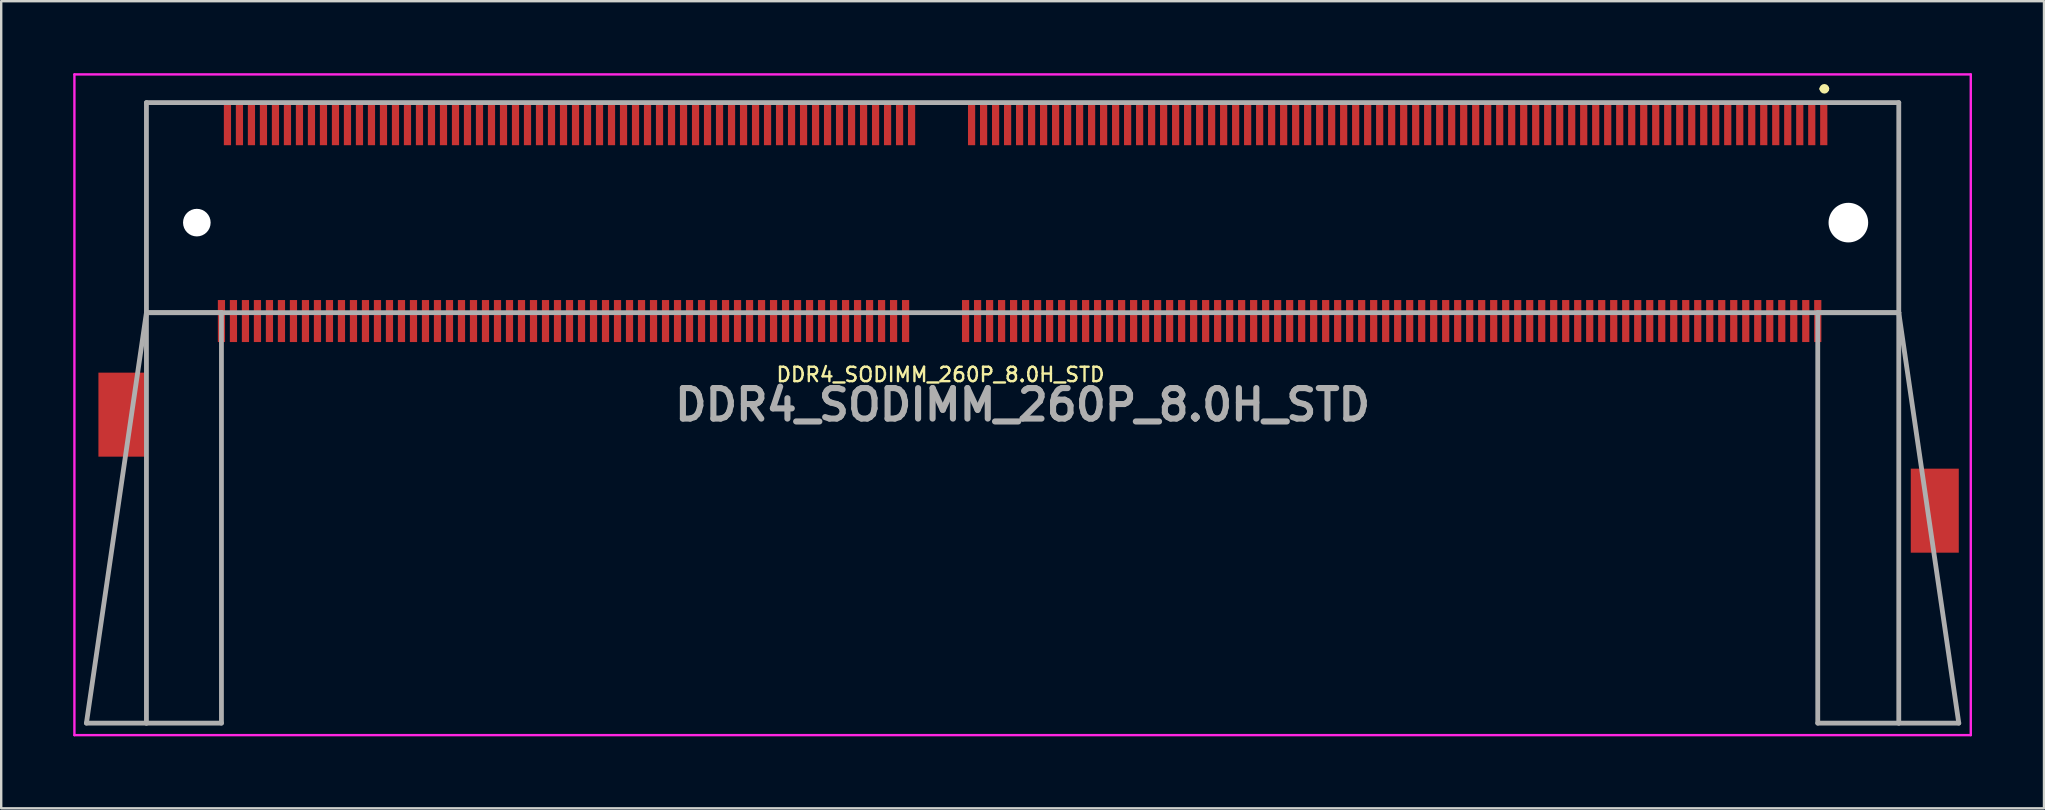
<source format=kicad_pcb>
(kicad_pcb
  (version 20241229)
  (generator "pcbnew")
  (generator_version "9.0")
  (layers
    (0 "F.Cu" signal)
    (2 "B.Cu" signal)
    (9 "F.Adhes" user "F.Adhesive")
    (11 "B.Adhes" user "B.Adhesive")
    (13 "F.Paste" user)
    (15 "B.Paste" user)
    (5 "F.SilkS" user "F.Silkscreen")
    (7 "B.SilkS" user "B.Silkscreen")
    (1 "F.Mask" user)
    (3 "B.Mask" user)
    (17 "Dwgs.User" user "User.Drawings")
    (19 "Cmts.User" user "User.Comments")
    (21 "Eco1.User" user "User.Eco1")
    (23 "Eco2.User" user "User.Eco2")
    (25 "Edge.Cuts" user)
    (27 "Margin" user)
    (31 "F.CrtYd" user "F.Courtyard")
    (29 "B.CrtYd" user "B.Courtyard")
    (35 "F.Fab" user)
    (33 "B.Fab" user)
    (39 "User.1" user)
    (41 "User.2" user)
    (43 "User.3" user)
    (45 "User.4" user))
  (footprint "DDR4_SODIMM_260P_8.0H_STD"
    (layer "F.Cu")
    (at 39.55 13.812)
    (property "Reference" "DDR4_SODIMM_260P_8.0H_STD" (at -3.42 -1.258 0) (layer "F.SilkS") (effects (font (size 0.6 0.6) (thickness 0.1))))
    (attr through_hole)
    (fp_line (start -36.5 -12.588) (end -36.5 -3.838) (stroke (width 0.1) (type solid)) (layer "F.SilkS"))
    (fp_line (start -36.5 -3.838) (end -34.5 -3.838) (stroke (width 0.1) (type solid)) (layer "F.SilkS"))
    (fp_line (start -34 -12.588) (end -36.5 -12.588) (stroke (width 0.1) (type solid)) (layer "F.SilkS"))
    (fp_line (start -4 -12.588) (end -3 -12.588) (stroke (width 0.1) (type solid)) (layer "F.SilkS"))
    (fp_line (start -4 -3.838) (end -3 -3.838) (stroke (width 0.1) (type solid)) (layer "F.SilkS"))
    (fp_line (start 33.3 -13.163) (end 33.3 -13.163) (stroke (width 0.2) (type solid)) (layer "F.SilkS"))
    (fp_line (start 33.5 -13.163) (end 33.5 -13.163) (stroke (width 0.2) (type solid)) (layer "F.SilkS"))
    (fp_line (start 34.5 -12.588) (end 36.5 -12.588) (stroke (width 0.1) (type solid)) (layer "F.SilkS"))
    (fp_line (start 36.5 -12.588) (end 36.5 -3.838) (stroke (width 0.1) (type solid)) (layer "F.SilkS"))
    (fp_line (start 36.5 -3.838) (end 34 -3.838) (stroke (width 0.1) (type solid)) (layer "F.SilkS"))
    (fp_arc (start 33.3 -13.162) (mid 33.3995 -13.2625) (end 33.5 -13.163) (stroke (width 0.2) (type solid)) (layer "F.SilkS"))
    (fp_arc (start 33.5 -13.162) (mid 33.3995 -13.0625) (end 33.3 -13.163) (stroke (width 0.2) (type solid)) (layer "F.SilkS"))
    (fp_line (start -39.5 -13.762) (end 39.5 -13.762) (stroke (width 0.1) (type solid)) (layer "F.CrtYd"))
    (fp_line (start -39.5 13.762) (end -39.5 -13.762) (stroke (width 0.1) (type solid)) (layer "F.CrtYd"))
    (fp_line (start 39.5 -13.762) (end 39.5 13.762) (stroke (width 0.1) (type solid)) (layer "F.CrtYd"))
    (fp_line (start 39.5 13.762) (end -39.5 13.762) (stroke (width 0.1) (type solid)) (layer "F.CrtYd"))
    (fp_line (start -39 13.262) (end -36.5 13.262) (stroke (width 0.2) (type solid)) (layer "F.Fab"))
    (fp_line (start -36.5 -12.588) (end 36.5 -12.588) (stroke (width 0.2) (type solid)) (layer "F.Fab"))
    (fp_line (start -36.5 -3.838) (end -39 13.262) (stroke (width 0.2) (type solid)) (layer "F.Fab"))
    (fp_line (start -36.5 -3.838) (end -36.5 -12.588) (stroke (width 0.2) (type solid)) (layer "F.Fab"))
    (fp_line (start -36.5 -3.838) (end -33.375 -3.838) (stroke (width 0.2) (type solid)) (layer "F.Fab"))
    (fp_line (start -36.5 13.262) (end -36.5 -3.838) (stroke (width 0.2) (type solid)) (layer "F.Fab"))
    (fp_line (start -33.375 -3.838) (end -33.375 13.262) (stroke (width 0.2) (type solid)) (layer "F.Fab"))
    (fp_line (start -33.375 13.262) (end -36.5 13.262) (stroke (width 0.2) (type solid)) (layer "F.Fab"))
    (fp_line (start 33.125 -3.838) (end 33.125 13.262) (stroke (width 0.2) (type solid)) (layer "F.Fab"))
    (fp_line (start 33.125 13.262) (end 36.5 13.262) (stroke (width 0.2) (type solid)) (layer "F.Fab"))
    (fp_line (start 36.5 -12.588) (end 36.5 -3.838) (stroke (width 0.2) (type solid)) (layer "F.Fab"))
    (fp_line (start 36.5 -3.838) (end -36.5 -3.838) (stroke (width 0.2) (type solid)) (layer "F.Fab"))
    (fp_line (start 36.5 -3.838) (end 33.125 -3.838) (stroke (width 0.2) (type solid)) (layer "F.Fab"))
    (fp_line (start 36.5 -3.838) (end 39 13.262) (stroke (width 0.2) (type solid)) (layer "F.Fab"))
    (fp_line (start 36.5 13.262) (end 36.5 -3.838) (stroke (width 0.2) (type solid)) (layer "F.Fab"))
    (fp_line (start 36.5 13.262) (end 39 13.262) (stroke (width 0.2) (type solid)) (layer "F.Fab"))
    (fp_text user "${REFERENCE}" (at 0 0 0) (layer "F.Fab") (effects (font (size 1.27 1.27) (thickness 0.254))))
    (pad "" np_thru_hole circle (at -34.4 -7.588) (size 1.15 1.15) (drill 1.15) (layers "*.Cu" "*.Mask"))
    (pad "" np_thru_hole circle (at 34.4 -7.588) (size 1.65 1.65) (drill 1.65) (layers "*.Cu" "*.Mask"))
    (pad "1" smd rect (at 33.375 -11.688) (size 0.3 1.75) (layers "F.Cu" "F.Mask" "F.Paste"))
    (pad "2" smd rect (at 33.125 -3.488) (size 0.3 1.75) (layers "F.Cu" "F.Mask" "F.Paste"))
    (pad "3" smd rect (at 32.875 -11.688) (size 0.3 1.75) (layers "F.Cu" "F.Mask" "F.Paste"))
    (pad "4" smd rect (at 32.625 -3.488) (size 0.3 1.75) (layers "F.Cu" "F.Mask" "F.Paste"))
    (pad "5" smd rect (at 32.375 -11.688) (size 0.3 1.75) (layers "F.Cu" "F.Mask" "F.Paste"))
    (pad "6" smd rect (at 32.125 -3.488) (size 0.3 1.75) (layers "F.Cu" "F.Mask" "F.Paste"))
    (pad "7" smd rect (at 31.875 -11.688) (size 0.3 1.75) (layers "F.Cu" "F.Mask" "F.Paste"))
    (pad "8" smd rect (at 31.625 -3.488) (size 0.3 1.75) (layers "F.Cu" "F.Mask" "F.Paste"))
    (pad "9" smd rect (at 31.375 -11.688) (size 0.3 1.75) (layers "F.Cu" "F.Mask" "F.Paste"))
    (pad "10" smd rect (at 31.125 -3.488) (size 0.3 1.75) (layers "F.Cu" "F.Mask" "F.Paste"))
    (pad "11" smd rect (at 30.875 -11.688) (size 0.3 1.75) (layers "F.Cu" "F.Mask" "F.Paste"))
    (pad "12" smd rect (at 30.625 -3.488) (size 0.3 1.75) (layers "F.Cu" "F.Mask" "F.Paste"))
    (pad "13" smd rect (at 30.375 -11.688) (size 0.3 1.75) (layers "F.Cu" "F.Mask" "F.Paste"))
    (pad "14" smd rect (at 30.125 -3.488) (size 0.3 1.75) (layers "F.Cu" "F.Mask" "F.Paste"))
    (pad "15" smd rect (at 29.875 -11.688) (size 0.3 1.75) (layers "F.Cu" "F.Mask" "F.Paste"))
    (pad "16" smd rect (at 29.625 -3.488) (size 0.3 1.75) (layers "F.Cu" "F.Mask" "F.Paste"))
    (pad "17" smd rect (at 29.375 -11.688) (size 0.3 1.75) (layers "F.Cu" "F.Mask" "F.Paste"))
    (pad "18" smd rect (at 29.125 -3.488) (size 0.3 1.75) (layers "F.Cu" "F.Mask" "F.Paste"))
    (pad "19" smd rect (at 28.875 -11.688) (size 0.3 1.75) (layers "F.Cu" "F.Mask" "F.Paste"))
    (pad "20" smd rect (at 28.625 -3.488) (size 0.3 1.75) (layers "F.Cu" "F.Mask" "F.Paste"))
    (pad "21" smd rect (at 28.375 -11.688) (size 0.3 1.75) (layers "F.Cu" "F.Mask" "F.Paste"))
    (pad "22" smd rect (at 28.125 -3.488) (size 0.3 1.75) (layers "F.Cu" "F.Mask" "F.Paste"))
    (pad "23" smd rect (at 27.875 -11.688) (size 0.3 1.75) (layers "F.Cu" "F.Mask" "F.Paste"))
    (pad "24" smd rect (at 27.625 -3.488) (size 0.3 1.75) (layers "F.Cu" "F.Mask" "F.Paste"))
    (pad "25" smd rect (at 27.375 -11.688) (size 0.3 1.75) (layers "F.Cu" "F.Mask" "F.Paste"))
    (pad "26" smd rect (at 27.125 -3.488) (size 0.3 1.75) (layers "F.Cu" "F.Mask" "F.Paste"))
    (pad "27" smd rect (at 26.875 -11.688) (size 0.3 1.75) (layers "F.Cu" "F.Mask" "F.Paste"))
    (pad "28" smd rect (at 26.625 -3.488) (size 0.3 1.75) (layers "F.Cu" "F.Mask" "F.Paste"))
    (pad "29" smd rect (at 26.375 -11.688) (size 0.3 1.75) (layers "F.Cu" "F.Mask" "F.Paste"))
    (pad "30" smd rect (at 26.125 -3.488) (size 0.3 1.75) (layers "F.Cu" "F.Mask" "F.Paste"))
    (pad "31" smd rect (at 25.875 -11.688) (size 0.3 1.75) (layers "F.Cu" "F.Mask" "F.Paste"))
    (pad "32" smd rect (at 25.625 -3.488) (size 0.3 1.75) (layers "F.Cu" "F.Mask" "F.Paste"))
    (pad "33" smd rect (at 25.375 -11.688) (size 0.3 1.75) (layers "F.Cu" "F.Mask" "F.Paste"))
    (pad "34" smd rect (at 25.125 -3.488) (size 0.3 1.75) (layers "F.Cu" "F.Mask" "F.Paste"))
    (pad "35" smd rect (at 24.875 -11.688) (size 0.3 1.75) (layers "F.Cu" "F.Mask" "F.Paste"))
    (pad "36" smd rect (at 24.625 -3.488) (size 0.3 1.75) (layers "F.Cu" "F.Mask" "F.Paste"))
    (pad "37" smd rect (at 24.375 -11.688) (size 0.3 1.75) (layers "F.Cu" "F.Mask" "F.Paste"))
    (pad "38" smd rect (at 24.125 -3.488) (size 0.3 1.75) (layers "F.Cu" "F.Mask" "F.Paste"))
    (pad "39" smd rect (at 23.875 -11.688) (size 0.3 1.75) (layers "F.Cu" "F.Mask" "F.Paste"))
    (pad "40" smd rect (at 23.625 -3.488) (size 0.3 1.75) (layers "F.Cu" "F.Mask" "F.Paste"))
    (pad "41" smd rect (at 23.375 -11.688) (size 0.3 1.75) (layers "F.Cu" "F.Mask" "F.Paste"))
    (pad "42" smd rect (at 23.125 -3.488) (size 0.3 1.75) (layers "F.Cu" "F.Mask" "F.Paste"))
    (pad "43" smd rect (at 22.875 -11.688) (size 0.3 1.75) (layers "F.Cu" "F.Mask" "F.Paste"))
    (pad "44" smd rect (at 22.625 -3.488) (size 0.3 1.75) (layers "F.Cu" "F.Mask" "F.Paste"))
    (pad "45" smd rect (at 22.375 -11.688) (size 0.3 1.75) (layers "F.Cu" "F.Mask" "F.Paste"))
    (pad "46" smd rect (at 22.125 -3.488) (size 0.3 1.75) (layers "F.Cu" "F.Mask" "F.Paste"))
    (pad "47" smd rect (at 21.875 -11.688) (size 0.3 1.75) (layers "F.Cu" "F.Mask" "F.Paste"))
    (pad "48" smd rect (at 21.625 -3.488) (size 0.3 1.75) (layers "F.Cu" "F.Mask" "F.Paste"))
    (pad "49" smd rect (at 21.375 -11.688) (size 0.3 1.75) (layers "F.Cu" "F.Mask" "F.Paste"))
    (pad "50" smd rect (at 21.125 -3.488) (size 0.3 1.75) (layers "F.Cu" "F.Mask" "F.Paste"))
    (pad "51" smd rect (at 20.875 -11.688) (size 0.3 1.75) (layers "F.Cu" "F.Mask" "F.Paste"))
    (pad "52" smd rect (at 20.625 -3.488) (size 0.3 1.75) (layers "F.Cu" "F.Mask" "F.Paste"))
    (pad "53" smd rect (at 20.375 -11.688) (size 0.3 1.75) (layers "F.Cu" "F.Mask" "F.Paste"))
    (pad "54" smd rect (at 20.125 -3.488) (size 0.3 1.75) (layers "F.Cu" "F.Mask" "F.Paste"))
    (pad "55" smd rect (at 19.875 -11.688) (size 0.3 1.75) (layers "F.Cu" "F.Mask" "F.Paste"))
    (pad "56" smd rect (at 19.625 -3.488) (size 0.3 1.75) (layers "F.Cu" "F.Mask" "F.Paste"))
    (pad "57" smd rect (at 19.375 -11.688) (size 0.3 1.75) (layers "F.Cu" "F.Mask" "F.Paste"))
    (pad "58" smd rect (at 19.125 -3.488) (size 0.3 1.75) (layers "F.Cu" "F.Mask" "F.Paste"))
    (pad "59" smd rect (at 18.875 -11.688) (size 0.3 1.75) (layers "F.Cu" "F.Mask" "F.Paste"))
    (pad "60" smd rect (at 18.625 -3.488) (size 0.3 1.75) (layers "F.Cu" "F.Mask" "F.Paste"))
    (pad "61" smd rect (at 18.375 -11.688) (size 0.3 1.75) (layers "F.Cu" "F.Mask" "F.Paste"))
    (pad "62" smd rect (at 18.125 -3.488) (size 0.3 1.75) (layers "F.Cu" "F.Mask" "F.Paste"))
    (pad "63" smd rect (at 17.875 -11.688) (size 0.3 1.75) (layers "F.Cu" "F.Mask" "F.Paste"))
    (pad "64" smd rect (at 17.625 -3.488) (size 0.3 1.75) (layers "F.Cu" "F.Mask" "F.Paste"))
    (pad "65" smd rect (at 17.375 -11.688) (size 0.3 1.75) (layers "F.Cu" "F.Mask" "F.Paste"))
    (pad "66" smd rect (at 17.125 -3.488) (size 0.3 1.75) (layers "F.Cu" "F.Mask" "F.Paste"))
    (pad "67" smd rect (at 16.875 -11.688) (size 0.3 1.75) (layers "F.Cu" "F.Mask" "F.Paste"))
    (pad "68" smd rect (at 16.625 -3.488) (size 0.3 1.75) (layers "F.Cu" "F.Mask" "F.Paste"))
    (pad "69" smd rect (at 16.375 -11.688) (size 0.3 1.75) (layers "F.Cu" "F.Mask" "F.Paste"))
    (pad "70" smd rect (at 16.125 -3.488) (size 0.3 1.75) (layers "F.Cu" "F.Mask" "F.Paste"))
    (pad "71" smd rect (at 15.875 -11.688) (size 0.3 1.75) (layers "F.Cu" "F.Mask" "F.Paste"))
    (pad "72" smd rect (at 15.625 -3.488) (size 0.3 1.75) (layers "F.Cu" "F.Mask" "F.Paste"))
    (pad "73" smd rect (at 15.375 -11.688) (size 0.3 1.75) (layers "F.Cu" "F.Mask" "F.Paste"))
    (pad "74" smd rect (at 15.125 -3.488) (size 0.3 1.75) (layers "F.Cu" "F.Mask" "F.Paste"))
    (pad "75" smd rect (at 14.875 -11.688) (size 0.3 1.75) (layers "F.Cu" "F.Mask" "F.Paste"))
    (pad "76" smd rect (at 14.625 -3.488) (size 0.3 1.75) (layers "F.Cu" "F.Mask" "F.Paste"))
    (pad "77" smd rect (at 14.375 -11.688) (size 0.3 1.75) (layers "F.Cu" "F.Mask" "F.Paste"))
    (pad "78" smd rect (at 14.125 -3.488) (size 0.3 1.75) (layers "F.Cu" "F.Mask" "F.Paste"))
    (pad "79" smd rect (at 13.875 -11.688) (size 0.3 1.75) (layers "F.Cu" "F.Mask" "F.Paste"))
    (pad "80" smd rect (at 13.625 -3.488) (size 0.3 1.75) (layers "F.Cu" "F.Mask" "F.Paste"))
    (pad "81" smd rect (at 13.375 -11.688) (size 0.3 1.75) (layers "F.Cu" "F.Mask" "F.Paste"))
    (pad "82" smd rect (at 13.125 -3.488) (size 0.3 1.75) (layers "F.Cu" "F.Mask" "F.Paste"))
    (pad "83" smd rect (at 12.875 -11.688) (size 0.3 1.75) (layers "F.Cu" "F.Mask" "F.Paste"))
    (pad "84" smd rect (at 12.625 -3.488) (size 0.3 1.75) (layers "F.Cu" "F.Mask" "F.Paste"))
    (pad "85" smd rect (at 12.375 -11.688) (size 0.3 1.75) (layers "F.Cu" "F.Mask" "F.Paste"))
    (pad "86" smd rect (at 12.125 -3.488) (size 0.3 1.75) (layers "F.Cu" "F.Mask" "F.Paste"))
    (pad "87" smd rect (at 11.875 -11.688) (size 0.3 1.75) (layers "F.Cu" "F.Mask" "F.Paste"))
    (pad "88" smd rect (at 11.625 -3.488) (size 0.3 1.75) (layers "F.Cu" "F.Mask" "F.Paste"))
    (pad "89" smd rect (at 11.375 -11.688) (size 0.3 1.75) (layers "F.Cu" "F.Mask" "F.Paste"))
    (pad "90" smd rect (at 11.125 -3.488) (size 0.3 1.75) (layers "F.Cu" "F.Mask" "F.Paste"))
    (pad "91" smd rect (at 10.875 -11.688) (size 0.3 1.75) (layers "F.Cu" "F.Mask" "F.Paste"))
    (pad "92" smd rect (at 10.625 -3.488) (size 0.3 1.75) (layers "F.Cu" "F.Mask" "F.Paste"))
    (pad "93" smd rect (at 10.375 -11.688) (size 0.3 1.75) (layers "F.Cu" "F.Mask" "F.Paste"))
    (pad "94" smd rect (at 10.125 -3.488) (size 0.3 1.75) (layers "F.Cu" "F.Mask" "F.Paste"))
    (pad "95" smd rect (at 9.875 -11.688) (size 0.3 1.75) (layers "F.Cu" "F.Mask" "F.Paste"))
    (pad "96" smd rect (at 9.625 -3.488) (size 0.3 1.75) (layers "F.Cu" "F.Mask" "F.Paste"))
    (pad "97" smd rect (at 9.375 -11.688) (size 0.3 1.75) (layers "F.Cu" "F.Mask" "F.Paste"))
    (pad "98" smd rect (at 9.125 -3.488) (size 0.3 1.75) (layers "F.Cu" "F.Mask" "F.Paste"))
    (pad "99" smd rect (at 8.875 -11.688) (size 0.3 1.75) (layers "F.Cu" "F.Mask" "F.Paste"))
    (pad "100" smd rect (at 8.625 -3.488) (size 0.3 1.75) (layers "F.Cu" "F.Mask" "F.Paste"))
    (pad "101" smd rect (at 8.375 -11.688) (size 0.3 1.75) (layers "F.Cu" "F.Mask" "F.Paste"))
    (pad "102" smd rect (at 8.125 -3.488) (size 0.3 1.75) (layers "F.Cu" "F.Mask" "F.Paste"))
    (pad "103" smd rect (at 7.875 -11.688) (size 0.3 1.75) (layers "F.Cu" "F.Mask" "F.Paste"))
    (pad "104" smd rect (at 7.625 -3.488) (size 0.3 1.75) (layers "F.Cu" "F.Mask" "F.Paste"))
    (pad "105" smd rect (at 7.375 -11.688) (size 0.3 1.75) (layers "F.Cu" "F.Mask" "F.Paste"))
    (pad "106" smd rect (at 7.125 -3.488) (size 0.3 1.75) (layers "F.Cu" "F.Mask" "F.Paste"))
    (pad "107" smd rect (at 6.875 -11.688) (size 0.3 1.75) (layers "F.Cu" "F.Mask" "F.Paste"))
    (pad "108" smd rect (at 6.625 -3.488) (size 0.3 1.75) (layers "F.Cu" "F.Mask" "F.Paste"))
    (pad "109" smd rect (at 6.375 -11.688) (size 0.3 1.75) (layers "F.Cu" "F.Mask" "F.Paste"))
    (pad "110" smd rect (at 6.125 -3.488) (size 0.3 1.75) (layers "F.Cu" "F.Mask" "F.Paste"))
    (pad "111" smd rect (at 5.875 -11.688) (size 0.3 1.75) (layers "F.Cu" "F.Mask" "F.Paste"))
    (pad "112" smd rect (at 5.625 -3.488) (size 0.3 1.75) (layers "F.Cu" "F.Mask" "F.Paste"))
    (pad "113" smd rect (at 5.375 -11.688) (size 0.3 1.75) (layers "F.Cu" "F.Mask" "F.Paste"))
    (pad "114" smd rect (at 5.125 -3.488) (size 0.3 1.75) (layers "F.Cu" "F.Mask" "F.Paste"))
    (pad "115" smd rect (at 4.875 -11.688) (size 0.3 1.75) (layers "F.Cu" "F.Mask" "F.Paste"))
    (pad "116" smd rect (at 4.625 -3.488) (size 0.3 1.75) (layers "F.Cu" "F.Mask" "F.Paste"))
    (pad "117" smd rect (at 4.375 -11.688) (size 0.3 1.75) (layers "F.Cu" "F.Mask" "F.Paste"))
    (pad "118" smd rect (at 4.125 -3.488) (size 0.3 1.75) (layers "F.Cu" "F.Mask" "F.Paste"))
    (pad "119" smd rect (at 3.875 -11.688) (size 0.3 1.75) (layers "F.Cu" "F.Mask" "F.Paste"))
    (pad "120" smd rect (at 3.625 -3.488) (size 0.3 1.75) (layers "F.Cu" "F.Mask" "F.Paste"))
    (pad "121" smd rect (at 3.375 -11.688) (size 0.3 1.75) (layers "F.Cu" "F.Mask" "F.Paste"))
    (pad "122" smd rect (at 3.125 -3.488) (size 0.3 1.75) (layers "F.Cu" "F.Mask" "F.Paste"))
    (pad "123" smd rect (at 2.875 -11.688) (size 0.3 1.75) (layers "F.Cu" "F.Mask" "F.Paste"))
    (pad "124" smd rect (at 2.625 -3.488) (size 0.3 1.75) (layers "F.Cu" "F.Mask" "F.Paste"))
    (pad "125" smd rect (at 2.375 -11.688) (size 0.3 1.75) (layers "F.Cu" "F.Mask" "F.Paste"))
    (pad "126" smd rect (at 2.125 -3.488) (size 0.3 1.75) (layers "F.Cu" "F.Mask" "F.Paste"))
    (pad "127" smd rect (at 1.875 -11.688) (size 0.3 1.75) (layers "F.Cu" "F.Mask" "F.Paste"))
    (pad "128" smd rect (at 1.625 -3.488) (size 0.3 1.75) (layers "F.Cu" "F.Mask" "F.Paste"))
    (pad "129" smd rect (at 1.375 -11.688) (size 0.3 1.75) (layers "F.Cu" "F.Mask" "F.Paste"))
    (pad "130" smd rect (at 1.125 -3.488) (size 0.3 1.75) (layers "F.Cu" "F.Mask" "F.Paste"))
    (pad "131" smd rect (at 0.875 -11.688) (size 0.3 1.75) (layers "F.Cu" "F.Mask" "F.Paste"))
    (pad "132" smd rect (at 0.625 -3.488) (size 0.3 1.75) (layers "F.Cu" "F.Mask" "F.Paste"))
    (pad "133" smd rect (at 0.375 -11.688) (size 0.3 1.75) (layers "F.Cu" "F.Mask" "F.Paste"))
    (pad "134" smd rect (at 0.125 -3.488) (size 0.3 1.75) (layers "F.Cu" "F.Mask" "F.Paste"))
    (pad "135" smd rect (at -0.125 -11.688) (size 0.3 1.75) (layers "F.Cu" "F.Mask" "F.Paste"))
    (pad "136" smd rect (at -0.375 -3.488) (size 0.3 1.75) (layers "F.Cu" "F.Mask" "F.Paste"))
    (pad "137" smd rect (at -0.625 -11.688) (size 0.3 1.75) (layers "F.Cu" "F.Mask" "F.Paste"))
    (pad "138" smd rect (at -0.875 -3.488) (size 0.3 1.75) (layers "F.Cu" "F.Mask" "F.Paste"))
    (pad "139" smd rect (at -1.125 -11.688) (size 0.3 1.75) (layers "F.Cu" "F.Mask" "F.Paste"))
    (pad "140" smd rect (at -1.375 -3.488) (size 0.3 1.75) (layers "F.Cu" "F.Mask" "F.Paste"))
    (pad "141" smd rect (at -1.625 -11.688) (size 0.3 1.75) (layers "F.Cu" "F.Mask" "F.Paste"))
    (pad "142" smd rect (at -1.875 -3.488) (size 0.3 1.75) (layers "F.Cu" "F.Mask" "F.Paste"))
    (pad "143" smd rect (at -2.125 -11.688) (size 0.3 1.75) (layers "F.Cu" "F.Mask" "F.Paste"))
    (pad "144" smd rect (at -2.375 -3.488) (size 0.3 1.75) (layers "F.Cu" "F.Mask" "F.Paste"))
    (pad "145" smd rect (at -4.625 -11.688) (size 0.3 1.75) (layers "F.Cu" "F.Mask" "F.Paste"))
    (pad "146" smd rect (at -4.875 -3.488) (size 0.3 1.75) (layers "F.Cu" "F.Mask" "F.Paste"))
    (pad "147" smd rect (at -5.125 -11.688) (size 0.3 1.75) (layers "F.Cu" "F.Mask" "F.Paste"))
    (pad "148" smd rect (at -5.375 -3.488) (size 0.3 1.75) (layers "F.Cu" "F.Mask" "F.Paste"))
    (pad "149" smd rect (at -5.625 -11.688) (size 0.3 1.75) (layers "F.Cu" "F.Mask" "F.Paste"))
    (pad "150" smd rect (at -5.875 -3.488) (size 0.3 1.75) (layers "F.Cu" "F.Mask" "F.Paste"))
    (pad "151" smd rect (at -6.125 -11.688) (size 0.3 1.75) (layers "F.Cu" "F.Mask" "F.Paste"))
    (pad "152" smd rect (at -6.375 -3.488) (size 0.3 1.75) (layers "F.Cu" "F.Mask" "F.Paste"))
    (pad "153" smd rect (at -6.625 -11.688) (size 0.3 1.75) (layers "F.Cu" "F.Mask" "F.Paste"))
    (pad "154" smd rect (at -6.875 -3.488) (size 0.3 1.75) (layers "F.Cu" "F.Mask" "F.Paste"))
    (pad "155" smd rect (at -7.125 -11.688) (size 0.3 1.75) (layers "F.Cu" "F.Mask" "F.Paste"))
    (pad "156" smd rect (at -7.375 -3.488) (size 0.3 1.75) (layers "F.Cu" "F.Mask" "F.Paste"))
    (pad "157" smd rect (at -7.625 -11.688) (size 0.3 1.75) (layers "F.Cu" "F.Mask" "F.Paste"))
    (pad "158" smd rect (at -7.875 -3.488) (size 0.3 1.75) (layers "F.Cu" "F.Mask" "F.Paste"))
    (pad "159" smd rect (at -8.125 -11.688) (size 0.3 1.75) (layers "F.Cu" "F.Mask" "F.Paste"))
    (pad "160" smd rect (at -8.375 -3.488) (size 0.3 1.75) (layers "F.Cu" "F.Mask" "F.Paste"))
    (pad "161" smd rect (at -8.625 -11.688) (size 0.3 1.75) (layers "F.Cu" "F.Mask" "F.Paste"))
    (pad "162" smd rect (at -8.875 -3.488) (size 0.3 1.75) (layers "F.Cu" "F.Mask" "F.Paste"))
    (pad "163" smd rect (at -9.125 -11.688) (size 0.3 1.75) (layers "F.Cu" "F.Mask" "F.Paste"))
    (pad "164" smd rect (at -9.375 -3.488) (size 0.3 1.75) (layers "F.Cu" "F.Mask" "F.Paste"))
    (pad "165" smd rect (at -9.625 -11.688) (size 0.3 1.75) (layers "F.Cu" "F.Mask" "F.Paste"))
    (pad "166" smd rect (at -9.875 -3.488) (size 0.3 1.75) (layers "F.Cu" "F.Mask" "F.Paste"))
    (pad "167" smd rect (at -10.125 -11.688) (size 0.3 1.75) (layers "F.Cu" "F.Mask" "F.Paste"))
    (pad "168" smd rect (at -10.375 -3.488) (size 0.3 1.75) (layers "F.Cu" "F.Mask" "F.Paste"))
    (pad "169" smd rect (at -10.625 -11.688) (size 0.3 1.75) (layers "F.Cu" "F.Mask" "F.Paste"))
    (pad "170" smd rect (at -10.875 -3.488) (size 0.3 1.75) (layers "F.Cu" "F.Mask" "F.Paste"))
    (pad "171" smd rect (at -11.125 -11.688) (size 0.3 1.75) (layers "F.Cu" "F.Mask" "F.Paste"))
    (pad "172" smd rect (at -11.375 -3.488) (size 0.3 1.75) (layers "F.Cu" "F.Mask" "F.Paste"))
    (pad "173" smd rect (at -11.625 -11.688) (size 0.3 1.75) (layers "F.Cu" "F.Mask" "F.Paste"))
    (pad "174" smd rect (at -11.875 -3.488) (size 0.3 1.75) (layers "F.Cu" "F.Mask" "F.Paste"))
    (pad "175" smd rect (at -12.125 -11.688) (size 0.3 1.75) (layers "F.Cu" "F.Mask" "F.Paste"))
    (pad "176" smd rect (at -12.375 -3.488) (size 0.3 1.75) (layers "F.Cu" "F.Mask" "F.Paste"))
    (pad "177" smd rect (at -12.625 -11.688) (size 0.3 1.75) (layers "F.Cu" "F.Mask" "F.Paste"))
    (pad "178" smd rect (at -12.875 -3.488) (size 0.3 1.75) (layers "F.Cu" "F.Mask" "F.Paste"))
    (pad "179" smd rect (at -13.125 -11.688) (size 0.3 1.75) (layers "F.Cu" "F.Mask" "F.Paste"))
    (pad "180" smd rect (at -13.375 -3.488) (size 0.3 1.75) (layers "F.Cu" "F.Mask" "F.Paste"))
    (pad "181" smd rect (at -13.625 -11.688) (size 0.3 1.75) (layers "F.Cu" "F.Mask" "F.Paste"))
    (pad "182" smd rect (at -13.875 -3.488) (size 0.3 1.75) (layers "F.Cu" "F.Mask" "F.Paste"))
    (pad "183" smd rect (at -14.125 -11.688) (size 0.3 1.75) (layers "F.Cu" "F.Mask" "F.Paste"))
    (pad "184" smd rect (at -14.375 -3.488) (size 0.3 1.75) (layers "F.Cu" "F.Mask" "F.Paste"))
    (pad "185" smd rect (at -14.625 -11.688) (size 0.3 1.75) (layers "F.Cu" "F.Mask" "F.Paste"))
    (pad "186" smd rect (at -14.875 -3.488) (size 0.3 1.75) (layers "F.Cu" "F.Mask" "F.Paste"))
    (pad "187" smd rect (at -15.125 -11.688) (size 0.3 1.75) (layers "F.Cu" "F.Mask" "F.Paste"))
    (pad "188" smd rect (at -15.375 -3.488) (size 0.3 1.75) (layers "F.Cu" "F.Mask" "F.Paste"))
    (pad "189" smd rect (at -15.625 -11.688) (size 0.3 1.75) (layers "F.Cu" "F.Mask" "F.Paste"))
    (pad "190" smd rect (at -15.875 -3.488) (size 0.3 1.75) (layers "F.Cu" "F.Mask" "F.Paste"))
    (pad "191" smd rect (at -16.125 -11.688) (size 0.3 1.75) (layers "F.Cu" "F.Mask" "F.Paste"))
    (pad "192" smd rect (at -16.375 -3.488) (size 0.3 1.75) (layers "F.Cu" "F.Mask" "F.Paste"))
    (pad "193" smd rect (at -16.625 -11.688) (size 0.3 1.75) (layers "F.Cu" "F.Mask" "F.Paste"))
    (pad "194" smd rect (at -16.875 -3.488) (size 0.3 1.75) (layers "F.Cu" "F.Mask" "F.Paste"))
    (pad "195" smd rect (at -17.125 -11.688) (size 0.3 1.75) (layers "F.Cu" "F.Mask" "F.Paste"))
    (pad "196" smd rect (at -17.375 -3.488) (size 0.3 1.75) (layers "F.Cu" "F.Mask" "F.Paste"))
    (pad "197" smd rect (at -17.625 -11.688) (size 0.3 1.75) (layers "F.Cu" "F.Mask" "F.Paste"))
    (pad "198" smd rect (at -17.875 -3.488) (size 0.3 1.75) (layers "F.Cu" "F.Mask" "F.Paste"))
    (pad "199" smd rect (at -18.125 -11.688) (size 0.3 1.75) (layers "F.Cu" "F.Mask" "F.Paste"))
    (pad "200" smd rect (at -18.375 -3.488) (size 0.3 1.75) (layers "F.Cu" "F.Mask" "F.Paste"))
    (pad "201" smd rect (at -18.625 -11.688) (size 0.3 1.75) (layers "F.Cu" "F.Mask" "F.Paste"))
    (pad "202" smd rect (at -18.875 -3.488) (size 0.3 1.75) (layers "F.Cu" "F.Mask" "F.Paste"))
    (pad "203" smd rect (at -19.125 -11.688) (size 0.3 1.75) (layers "F.Cu" "F.Mask" "F.Paste"))
    (pad "204" smd rect (at -19.375 -3.488) (size 0.3 1.75) (layers "F.Cu" "F.Mask" "F.Paste"))
    (pad "205" smd rect (at -19.625 -11.688) (size 0.3 1.75) (layers "F.Cu" "F.Mask" "F.Paste"))
    (pad "206" smd rect (at -19.875 -3.488) (size 0.3 1.75) (layers "F.Cu" "F.Mask" "F.Paste"))
    (pad "207" smd rect (at -20.125 -11.688) (size 0.3 1.75) (layers "F.Cu" "F.Mask" "F.Paste"))
    (pad "208" smd rect (at -20.375 -3.488) (size 0.3 1.75) (layers "F.Cu" "F.Mask" "F.Paste"))
    (pad "209" smd rect (at -20.625 -11.688) (size 0.3 1.75) (layers "F.Cu" "F.Mask" "F.Paste"))
    (pad "210" smd rect (at -20.875 -3.488) (size 0.3 1.75) (layers "F.Cu" "F.Mask" "F.Paste"))
    (pad "211" smd rect (at -21.125 -11.688) (size 0.3 1.75) (layers "F.Cu" "F.Mask" "F.Paste"))
    (pad "212" smd rect (at -21.375 -3.488) (size 0.3 1.75) (layers "F.Cu" "F.Mask" "F.Paste"))
    (pad "213" smd rect (at -21.625 -11.688) (size 0.3 1.75) (layers "F.Cu" "F.Mask" "F.Paste"))
    (pad "214" smd rect (at -21.875 -3.488) (size 0.3 1.75) (layers "F.Cu" "F.Mask" "F.Paste"))
    (pad "215" smd rect (at -22.125 -11.688) (size 0.3 1.75) (layers "F.Cu" "F.Mask" "F.Paste"))
    (pad "216" smd rect (at -22.375 -3.488) (size 0.3 1.75) (layers "F.Cu" "F.Mask" "F.Paste"))
    (pad "217" smd rect (at -22.625 -11.688) (size 0.3 1.75) (layers "F.Cu" "F.Mask" "F.Paste"))
    (pad "218" smd rect (at -22.875 -3.488) (size 0.3 1.75) (layers "F.Cu" "F.Mask" "F.Paste"))
    (pad "219" smd rect (at -23.125 -11.688) (size 0.3 1.75) (layers "F.Cu" "F.Mask" "F.Paste"))
    (pad "220" smd rect (at -23.375 -3.488) (size 0.3 1.75) (layers "F.Cu" "F.Mask" "F.Paste"))
    (pad "221" smd rect (at -23.625 -11.688) (size 0.3 1.75) (layers "F.Cu" "F.Mask" "F.Paste"))
    (pad "222" smd rect (at -23.875 -3.488) (size 0.3 1.75) (layers "F.Cu" "F.Mask" "F.Paste"))
    (pad "223" smd rect (at -24.125 -11.688) (size 0.3 1.75) (layers "F.Cu" "F.Mask" "F.Paste"))
    (pad "224" smd rect (at -24.375 -3.488) (size 0.3 1.75) (layers "F.Cu" "F.Mask" "F.Paste"))
    (pad "225" smd rect (at -24.625 -11.688) (size 0.3 1.75) (layers "F.Cu" "F.Mask" "F.Paste"))
    (pad "226" smd rect (at -24.875 -3.488) (size 0.3 1.75) (layers "F.Cu" "F.Mask" "F.Paste"))
    (pad "227" smd rect (at -25.125 -11.688) (size 0.3 1.75) (layers "F.Cu" "F.Mask" "F.Paste"))
    (pad "228" smd rect (at -25.375 -3.488) (size 0.3 1.75) (layers "F.Cu" "F.Mask" "F.Paste"))
    (pad "229" smd rect (at -25.625 -11.688) (size 0.3 1.75) (layers "F.Cu" "F.Mask" "F.Paste"))
    (pad "230" smd rect (at -25.875 -3.488) (size 0.3 1.75) (layers "F.Cu" "F.Mask" "F.Paste"))
    (pad "231" smd rect (at -26.125 -11.688) (size 0.3 1.75) (layers "F.Cu" "F.Mask" "F.Paste"))
    (pad "232" smd rect (at -26.375 -3.488) (size 0.3 1.75) (layers "F.Cu" "F.Mask" "F.Paste"))
    (pad "233" smd rect (at -26.625 -11.688) (size 0.3 1.75) (layers "F.Cu" "F.Mask" "F.Paste"))
    (pad "234" smd rect (at -26.875 -3.488) (size 0.3 1.75) (layers "F.Cu" "F.Mask" "F.Paste"))
    (pad "235" smd rect (at -27.125 -11.688) (size 0.3 1.75) (layers "F.Cu" "F.Mask" "F.Paste"))
    (pad "236" smd rect (at -27.375 -3.488) (size 0.3 1.75) (layers "F.Cu" "F.Mask" "F.Paste"))
    (pad "237" smd rect (at -27.625 -11.688) (size 0.3 1.75) (layers "F.Cu" "F.Mask" "F.Paste"))
    (pad "238" smd rect (at -27.875 -3.488) (size 0.3 1.75) (layers "F.Cu" "F.Mask" "F.Paste"))
    (pad "239" smd rect (at -28.125 -11.688) (size 0.3 1.75) (layers "F.Cu" "F.Mask" "F.Paste"))
    (pad "240" smd rect (at -28.375 -3.488) (size 0.3 1.75) (layers "F.Cu" "F.Mask" "F.Paste"))
    (pad "241" smd rect (at -28.625 -11.688) (size 0.3 1.75) (layers "F.Cu" "F.Mask" "F.Paste"))
    (pad "242" smd rect (at -28.875 -3.488) (size 0.3 1.75) (layers "F.Cu" "F.Mask" "F.Paste"))
    (pad "243" smd rect (at -29.125 -11.688) (size 0.3 1.75) (layers "F.Cu" "F.Mask" "F.Paste"))
    (pad "244" smd rect (at -29.375 -3.488) (size 0.3 1.75) (layers "F.Cu" "F.Mask" "F.Paste"))
    (pad "245" smd rect (at -29.625 -11.688) (size 0.3 1.75) (layers "F.Cu" "F.Mask" "F.Paste"))
    (pad "246" smd rect (at -29.875 -3.488) (size 0.3 1.75) (layers "F.Cu" "F.Mask" "F.Paste"))
    (pad "247" smd rect (at -30.125 -11.688) (size 0.3 1.75) (layers "F.Cu" "F.Mask" "F.Paste"))
    (pad "248" smd rect (at -30.375 -3.488) (size 0.3 1.75) (layers "F.Cu" "F.Mask" "F.Paste"))
    (pad "249" smd rect (at -30.625 -11.688) (size 0.3 1.75) (layers "F.Cu" "F.Mask" "F.Paste"))
    (pad "250" smd rect (at -30.875 -3.488) (size 0.3 1.75) (layers "F.Cu" "F.Mask" "F.Paste"))
    (pad "251" smd rect (at -31.125 -11.688) (size 0.3 1.75) (layers "F.Cu" "F.Mask" "F.Paste"))
    (pad "252" smd rect (at -31.375 -3.488) (size 0.3 1.75) (layers "F.Cu" "F.Mask" "F.Paste"))
    (pad "253" smd rect (at -31.625 -11.688) (size 0.3 1.75) (layers "F.Cu" "F.Mask" "F.Paste"))
    (pad "254" smd rect (at -31.875 -3.488) (size 0.3 1.75) (layers "F.Cu" "F.Mask" "F.Paste"))
    (pad "255" smd rect (at -32.125 -11.688) (size 0.3 1.75) (layers "F.Cu" "F.Mask" "F.Paste"))
    (pad "256" smd rect (at -32.375 -3.488) (size 0.3 1.75) (layers "F.Cu" "F.Mask" "F.Paste"))
    (pad "257" smd rect (at -32.625 -11.688) (size 0.3 1.75) (layers "F.Cu" "F.Mask" "F.Paste"))
    (pad "258" smd rect (at -32.875 -3.488) (size 0.3 1.75) (layers "F.Cu" "F.Mask" "F.Paste"))
    (pad "259" smd rect (at -33.125 -11.688) (size 0.3 1.75) (layers "F.Cu" "F.Mask" "F.Paste"))
    (pad "260" smd rect (at -33.375 -3.488) (size 0.3 1.75) (layers "F.Cu" "F.Mask" "F.Paste"))
    (pad "MP1" smd rect (at 38 4.412) (size 2 3.5) (layers "F.Cu" "F.Mask" "F.Paste"))
    (pad "MP2" smd rect (at -37.5 0.412) (size 2 3.5) (layers "F.Cu" "F.Mask" "F.Paste")))
  (gr_rect
    (start -3 -3)
    (end 82.1 30.624)
    (stroke (width 0.1) (type default))
    (fill no)
    (layer "Edge.Cuts")))
</source>
